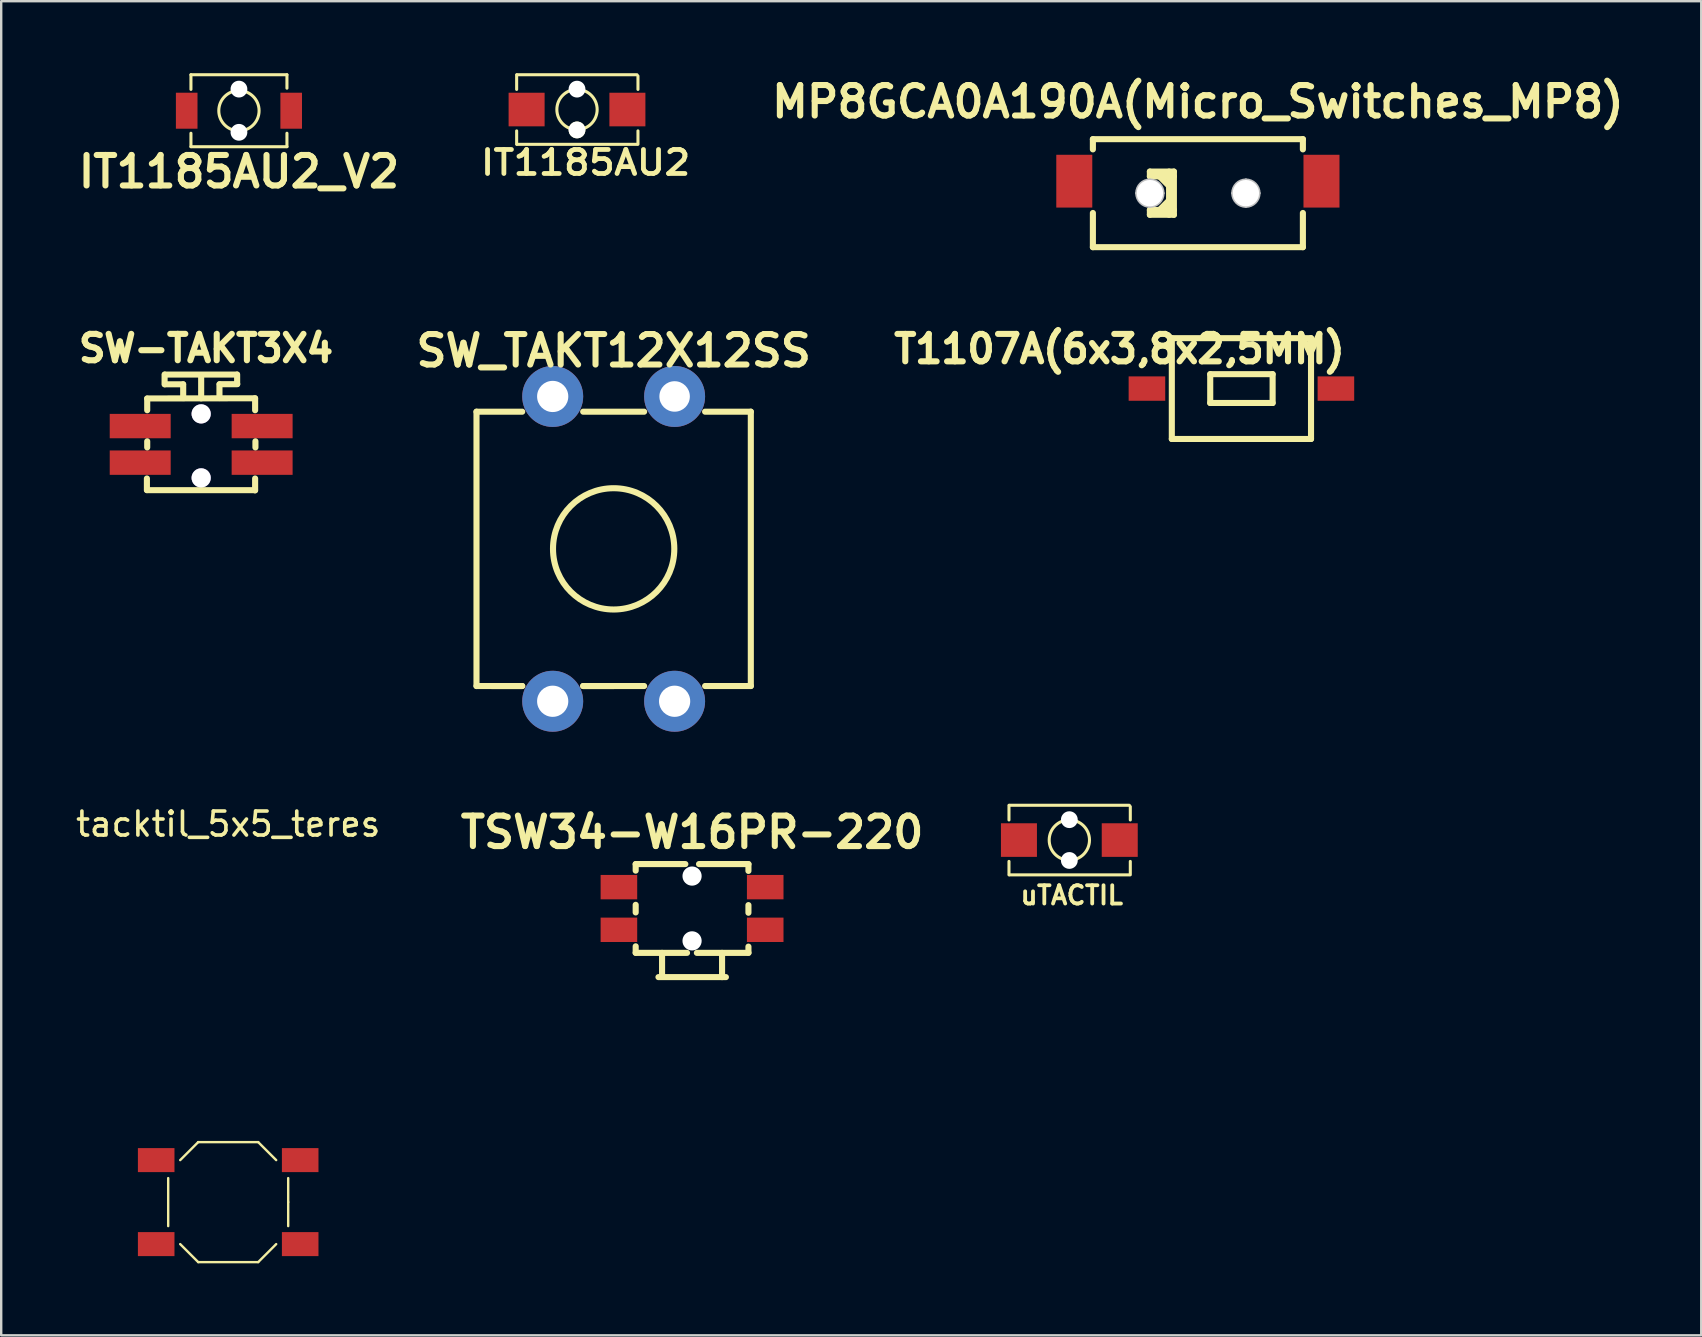
<source format=kicad_pcb>
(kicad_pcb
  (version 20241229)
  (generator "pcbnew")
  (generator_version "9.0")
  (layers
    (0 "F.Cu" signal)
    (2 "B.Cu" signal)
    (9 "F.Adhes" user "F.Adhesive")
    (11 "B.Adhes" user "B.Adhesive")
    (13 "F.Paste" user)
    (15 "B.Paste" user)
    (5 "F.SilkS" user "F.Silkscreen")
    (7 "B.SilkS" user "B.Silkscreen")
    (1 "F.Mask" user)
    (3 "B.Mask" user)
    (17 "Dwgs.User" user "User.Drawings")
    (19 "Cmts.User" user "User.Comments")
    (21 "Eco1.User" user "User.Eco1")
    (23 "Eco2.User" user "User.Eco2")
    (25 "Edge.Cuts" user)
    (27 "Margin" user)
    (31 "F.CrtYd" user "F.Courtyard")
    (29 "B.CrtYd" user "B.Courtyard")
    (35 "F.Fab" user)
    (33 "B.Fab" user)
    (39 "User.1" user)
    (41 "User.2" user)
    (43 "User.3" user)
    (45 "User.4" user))
  (footprint "T1107A(6x3,8x2,5MM)"
    (layer "F.Cu")
    (at 48.676 13.141)
    (property "Reference" "T1107A(6x3,8x2,5MM)" (at -5.08 -1.651 0) (layer "F.SilkS") (effects (font (size 1.143 1.143) (thickness 0.254))))
    (attr smd)
    (fp_line (start -2.9 -2.1) (end -2.9 2.1) (stroke (width 0.254) (type solid)) (layer "F.SilkS"))
    (fp_line (start -2.9 2.1) (end 2.9 2.1) (stroke (width 0.254) (type solid)) (layer "F.SilkS"))
    (fp_line (start -1.3 -0.6) (end 1.3 -0.6) (stroke (width 0.254) (type solid)) (layer "F.SilkS"))
    (fp_line (start -1.3 0.6) (end -1.3 -0.6) (stroke (width 0.254) (type solid)) (layer "F.SilkS"))
    (fp_line (start -1.3 0.6) (end 1.3 0.6) (stroke (width 0.254) (type solid)) (layer "F.SilkS"))
    (fp_line (start 1.3 0.6) (end 1.3 -0.6) (stroke (width 0.254) (type solid)) (layer "F.SilkS"))
    (fp_line (start 2.9 -2.1) (end -2.9 -2.1) (stroke (width 0.254) (type solid)) (layer "F.SilkS"))
    (fp_line (start 2.9 2.1) (end 2.9 -2.1) (stroke (width 0.254) (type solid)) (layer "F.SilkS"))
    (pad "1" smd rect (at -3.937 0 90) (size 1.016 1.524) (layers "F.Cu" "F.Mask" "F.Paste"))
    (pad "2" smd rect (at 3.937 0 90) (size 1.016 1.524) (layers "F.Cu" "F.Mask" "F.Paste")))
  (footprint "uTACTIL"
    (layer "F.Cu")
    (at 41.506 31.953)
    (property "Reference" "uTACTIL" (at 0.1 2.3 180) (layer "F.SilkS") (effects (font (size 0.762 0.762) (thickness 0.159))))
    (attr smd)
    (fp_line (start -2.515 -1.448) (end -2.515 -0.838) (stroke (width 0.127) (type solid)) (layer "F.SilkS"))
    (fp_line (start -2.515 0.889) (end -2.515 1.448) (stroke (width 0.127) (type solid)) (layer "F.SilkS"))
    (fp_line (start -2.5 -1.45) (end 2.5 -1.45) (stroke (width 0.127) (type solid)) (layer "F.SilkS"))
    (fp_line (start -2.5 1.45) (end 2.5 1.45) (stroke (width 0.127) (type solid)) (layer "F.SilkS"))
    (fp_line (start 2.54 -1.397) (end 2.54 -0.838) (stroke (width 0.127) (type solid)) (layer "F.SilkS"))
    (fp_line (start 2.54 0.889) (end 2.54 1.448) (stroke (width 0.127) (type solid)) (layer "F.SilkS"))
    (fp_circle (center 0 0) (end 0.838 0.051) (stroke (width 0.127) (type solid)) (fill no) (layer "F.SilkS"))
    (pad "" np_thru_hole circle (at 0 -0.85) (size 0.7 0.7) (drill 0.7) (layers "*.Cu" "*.Mask"))
    (pad "" np_thru_hole circle (at 0 0.85) (size 0.7 0.7) (drill 0.7) (layers "*.Cu" "*.Mask"))
    (pad "1" smd rect (at -2.1 0) (size 1.5 1.4) (layers "F.Cu" "F.Mask" "F.Paste"))
    (pad "2" smd rect (at 2.1 0) (size 1.5 1.4) (layers "F.Cu" "F.Mask" "F.Paste")))
  (footprint "tacktil_5x5_teres"
    (layer "F.Cu")
    (at 6.458 47.038)
    (property "Reference" "tacktil_5x5_teres" (at 0 -15.75 0) (layer "F.SilkS") (effects (font (size 1 1) (thickness 0.15))))
    (attr through_hole)
    (fp_line (start -2.5 -1) (end -2.5 1) (stroke (width 0.1) (type solid)) (layer "F.SilkS"))
    (fp_line (start -1.25 -2.5) (end -2 -1.75) (stroke (width 0.1) (type solid)) (layer "F.SilkS"))
    (fp_line (start -1.25 2.5) (end -2 1.75) (stroke (width 0.1) (type solid)) (layer "F.SilkS"))
    (fp_line (start -1.25 2.5) (end 1.25 2.5) (stroke (width 0.1) (type solid)) (layer "F.SilkS"))
    (fp_line (start 1.25 -2.5) (end -1.25 -2.5) (stroke (width 0.1) (type solid)) (layer "F.SilkS"))
    (fp_line (start 1.25 -2.5) (end 2 -1.75) (stroke (width 0.1) (type solid)) (layer "F.SilkS"))
    (fp_line (start 1.25 2.5) (end 2 1.75) (stroke (width 0.1) (type solid)) (layer "F.SilkS"))
    (fp_line (start 2.5 0) (end 2.5 -1) (stroke (width 0.1) (type solid)) (layer "F.SilkS"))
    (fp_line (start 2.5 0) (end 2.5 1) (stroke (width 0.1) (type solid)) (layer "F.SilkS"))
    (pad "1" smd rect (at -3 -1.75) (size 1.524 1) (layers "F.Cu" "F.Mask" "F.Paste"))
    (pad "1" smd rect (at 3 -1.75) (size 1.524 1) (layers "F.Cu" "F.Mask" "F.Paste"))
    (pad "2" smd rect (at -3 1.75) (size 1.524 1) (layers "F.Cu" "F.Mask" "F.Paste"))
    (pad "2" smd rect (at 3 1.75) (size 1.524 1) (layers "F.Cu" "F.Mask" "F.Paste")))
  (footprint "TSW34-W16PR-220"
    (layer "F.Cu")
    (at 25.786 34.803)
    (property "Reference" "TSW34-W16PR-220" (at 0 -3.175 0) (layer "F.SilkS") (effects (font (size 1.27 1.27) (thickness 0.254))))
    (attr smd)
    (fp_line (start -2.35 -1.85) (end -0.28 -1.85) (stroke (width 0.254) (type solid)) (layer "F.SilkS"))
    (fp_line (start -2.35 1.85) (end -0.21 1.85) (stroke (width 0.254) (type solid)) (layer "F.SilkS"))
    (fp_line (start -2.349 -1.844) (end -2.349 -1.577) (stroke (width 0.254) (type solid)) (layer "F.SilkS"))
    (fp_line (start -2.349 -0.152) (end -2.349 0.165) (stroke (width 0.254) (type solid)) (layer "F.SilkS"))
    (fp_line (start -2.349 1.844) (end -2.349 1.577) (stroke (width 0.254) (type solid)) (layer "F.SilkS"))
    (fp_line (start -1.4 2.86) (end 1.41 2.86) (stroke (width 0.254) (type solid)) (layer "F.SilkS"))
    (fp_line (start -1.25 1.85) (end -1.25 2.84) (stroke (width 0.254) (type solid)) (layer "F.SilkS"))
    (fp_line (start 1.25 1.85) (end 1.25 2.86) (stroke (width 0.254) (type solid)) (layer "F.SilkS"))
    (fp_line (start 2.349 -1.844) (end 2.349 -1.565) (stroke (width 0.254) (type solid)) (layer "F.SilkS"))
    (fp_line (start 2.349 -0.14) (end 2.349 0.178) (stroke (width 0.254) (type solid)) (layer "F.SilkS"))
    (fp_line (start 2.349 1.844) (end 2.349 1.59) (stroke (width 0.254) (type solid)) (layer "F.SilkS"))
    (fp_line (start 2.35 -1.85) (end 0.29 -1.85) (stroke (width 0.254) (type solid)) (layer "F.SilkS"))
    (fp_line (start 2.35 1.85) (end 0.2 1.85) (stroke (width 0.254) (type solid)) (layer "F.SilkS"))
    (pad "" np_thru_hole circle (at 0 -1.35) (size 0.8 0.8) (drill 0.8) (layers "*.Cu" "*.Mask"))
    (pad "" np_thru_hole circle (at 0 1.35) (size 0.8 0.8) (drill 0.8) (layers "*.Cu" "*.Mask"))
    (pad "1" smd rect (at -3.048 0.889) (size 1.524 1.016) (layers "F.Cu" "F.Mask" "F.Paste"))
    (pad "1" smd rect (at 3.048 0.889) (size 1.524 1.016) (layers "F.Cu" "F.Mask" "F.Paste"))
    (pad "2" smd rect (at -3.048 -0.889) (size 1.524 1.016) (layers "F.Cu" "F.Mask" "F.Paste"))
    (pad "2" smd rect (at 3.048 -0.889) (size 1.524 1.016) (layers "F.Cu" "F.Mask" "F.Paste")))
  (footprint "IT1185AU2"
    (layer "F.Cu")
    (at 20.992 1.514)
    (property "Reference" "IT1185AU2" (at 0.358 2.212 0) (layer "F.SilkS") (effects (font (size 1 1.1) (thickness 0.2))))
    (attr smd)
    (fp_line (start -2.515 -1.448) (end -2.515 -0.838) (stroke (width 0.127) (type solid)) (layer "F.SilkS"))
    (fp_line (start -2.515 0.889) (end -2.515 1.448) (stroke (width 0.127) (type solid)) (layer "F.SilkS"))
    (fp_line (start -2.5 -1.45) (end 2.5 -1.45) (stroke (width 0.127) (type solid)) (layer "F.SilkS"))
    (fp_line (start -2.5 1.45) (end 2.5 1.45) (stroke (width 0.127) (type solid)) (layer "F.SilkS"))
    (fp_line (start 2.54 -1.397) (end 2.54 -0.838) (stroke (width 0.127) (type solid)) (layer "F.SilkS"))
    (fp_line (start 2.54 0.889) (end 2.54 1.448) (stroke (width 0.127) (type solid)) (layer "F.SilkS"))
    (fp_circle (center 0 0) (end 0.838 0.051) (stroke (width 0.127) (type solid)) (fill no) (layer "F.SilkS"))
    (pad "" np_thru_hole circle (at 0 -0.85) (size 0.7 0.7) (drill 0.7) (layers "*.Cu" "*.Mask"))
    (pad "" np_thru_hole circle (at 0 0.85) (size 0.7 0.7) (drill 0.7) (layers "*.Cu" "*.Mask" "F.SilkS"))
    (pad "1" smd rect (at -2.1 0) (size 1.5 1.4) (layers "F.Cu" "F.Mask" "F.Paste"))
    (pad "2" smd rect (at 2.1 0) (size 1.5 1.4) (layers "F.Cu" "F.Mask" "F.Paste")))
  (footprint "MP8GCA0A190A(Micro_Switches_MP8)"
    (layer "F.Cu")
    (at 46.862 4.999)
    (property "Reference" "MP8GCA0A190A(Micro_Switches_MP8)" (at 0 -3.81 0) (layer "F.SilkS") (effects (font (size 1.27 1.27) (thickness 0.254))))
    (attr smd)
    (fp_line (start -4.375 -2.25) (end 4.375 -2.25) (stroke (width 0.254) (type solid)) (layer "F.SilkS"))
    (fp_line (start -4.375 -1.825) (end -4.375 -2.25) (stroke (width 0.254) (type solid)) (layer "F.SilkS"))
    (fp_line (start -4.375 2.25) (end -4.375 0.825) (stroke (width 0.254) (type solid)) (layer "F.SilkS"))
    (fp_line (start -2 -0.9) (end -1 -0.9) (stroke (width 0.254) (type solid)) (layer "F.SilkS"))
    (fp_line (start -2 -0.7) (end -2 -0.9) (stroke (width 0.254) (type solid)) (layer "F.SilkS"))
    (fp_line (start -2 -0.7) (end -1 -0.7) (stroke (width 0.254) (type solid)) (layer "F.SilkS"))
    (fp_line (start -2 0.9) (end -2 0.7) (stroke (width 0.254) (type solid)) (layer "F.SilkS"))
    (fp_line (start -1.2 -0.9) (end -1.2 0.9) (stroke (width 0.254) (type solid)) (layer "F.SilkS"))
    (fp_line (start -1.2 -0.3) (end -1.6 -0.7) (stroke (width 0.254) (type solid)) (layer "F.SilkS"))
    (fp_line (start -1.2 0.3) (end -1.6 0.7) (stroke (width 0.254) (type solid)) (layer "F.SilkS"))
    (fp_line (start -1 -0.9) (end -1 0.9) (stroke (width 0.254) (type solid)) (layer "F.SilkS"))
    (fp_line (start -1 0.7) (end -2 0.7) (stroke (width 0.254) (type solid)) (layer "F.SilkS"))
    (fp_line (start -1 0.9) (end -2 0.9) (stroke (width 0.254) (type solid)) (layer "F.SilkS"))
    (fp_line (start 4.375 -2.25) (end 4.375 -1.825) (stroke (width 0.254) (type solid)) (layer "F.SilkS"))
    (fp_line (start 4.375 0.825) (end 4.375 2.25) (stroke (width 0.254) (type solid)) (layer "F.SilkS"))
    (fp_line (start 4.375 2.25) (end -4.375 2.25) (stroke (width 0.254) (type solid)) (layer "F.SilkS"))
    (fp_line (start -2.55 0) (end -1.45 0) (stroke (width 0.127) (type solid)) (layer "Dwgs.User"))
    (fp_line (start -2 0.55) (end -2 -0.55) (stroke (width 0.127) (type solid)) (layer "Dwgs.User"))
    (fp_line (start 1.45 0) (end 2.55 0) (stroke (width 0.127) (type solid)) (layer "Dwgs.User"))
    (fp_line (start 2 0.55) (end 2 -0.55) (stroke (width 0.127) (type solid)) (layer "Dwgs.User"))
    (fp_circle (center -2 0) (end -1.45 0) (stroke (width 0.127) (type solid)) (fill no) (layer "Dwgs.User"))
    (fp_circle (center 2 0) (end 2.55 0) (stroke (width 0.127) (type solid)) (fill no) (layer "Dwgs.User"))
    (pad "" np_thru_hole circle (at -2 0 90) (size 1.1 1.1) (drill 1.1) (layers "*.Cu" "*.Mask"))
    (pad "" np_thru_hole circle (at 2 0 90) (size 1.1 1.1) (drill 1.1) (layers "*.Cu" "*.Mask"))
    (pad "1" smd rect (at -5.15 -0.5 90) (size 2.2 1.5) (layers "F.Cu" "F.Mask" "F.Paste"))
    (pad "2" smd rect (at 5.15 -0.5 90) (size 2.2 1.5) (layers "F.Cu" "F.Mask" "F.Paste")))
  (footprint "IT1185AU2_V2"
    (layer "F.Cu")
    (at 6.906 1.563)
    (property "Reference" "IT1185AU2_V2" (at 0 2.54 180) (layer "F.SilkS") (effects (font (size 1.27 1.27) (thickness 0.254))))
    (attr smd)
    (fp_line (start -2 -1.5) (end 2 -1.5) (stroke (width 0.127) (type solid)) (layer "F.SilkS"))
    (fp_line (start -2 -1.498) (end -2 -0.888) (stroke (width 0.127) (type solid)) (layer "F.SilkS"))
    (fp_line (start -2 0.939) (end -2 1.498) (stroke (width 0.127) (type solid)) (layer "F.SilkS"))
    (fp_line (start -2 1.5) (end 2 1.5) (stroke (width 0.127) (type solid)) (layer "F.SilkS"))
    (fp_line (start 2 -1.497) (end 2 -0.938) (stroke (width 0.127) (type solid)) (layer "F.SilkS"))
    (fp_line (start 2 0.939) (end 2 1.498) (stroke (width 0.127) (type solid)) (layer "F.SilkS"))
    (fp_circle (center 0 0) (end 0.838 0.051) (stroke (width 0.127) (type solid)) (fill no) (layer "F.SilkS"))
    (pad "" smd rect (at -2.39 0) (size 1.327 1.754) (layers "F.Paste"))
    (pad "" np_thru_hole circle (at 0 -0.9) (size 0.7 0.7) (drill 0.7) (layers "*.Cu" "*.Mask"))
    (pad "" np_thru_hole circle (at 0 0.9) (size 0.7 0.7) (drill 0.7) (layers "*.Cu" "*.Mask"))
    (pad "" smd rect (at 2.39 0) (size 1.327 1.754) (layers "F.Paste"))
    (pad "1" smd rect (at -2.177 0) (size 0.9 1.5) (layers "F.Cu" "F.Mask"))
    (pad "2" smd rect (at 2.177 0) (size 0.9 1.5) (layers "F.Cu" "F.Mask")))
  (footprint "SW-TAKT3X4"
    (layer "F.Cu")
    (at 5.332 15.465)
    (property "Reference" "SW-TAKT3X4" (at 0.203 -4 0) (layer "F.SilkS") (effects (font (size 1.1 1.1) (thickness 0.254))))
    (attr smd)
    (fp_line (start -2.261 1.905) (end -2.261 1.422) (stroke (width 0.254) (type solid)) (layer "F.SilkS"))
    (fp_line (start -2.25 -1.913) (end 2.245 -1.92) (stroke (width 0.254) (type solid)) (layer "F.SilkS"))
    (fp_line (start -2.248 -1.905) (end -2.248 -1.422) (stroke (width 0.254) (type solid)) (layer "F.SilkS"))
    (fp_line (start -2.248 0.127) (end -2.248 -0.127) (stroke (width 0.254) (type solid)) (layer "F.SilkS"))
    (fp_line (start -1.524 -2.908) (end -1.524 -2.502) (stroke (width 0.254) (type solid)) (layer "F.SilkS"))
    (fp_line (start -1.509 -2.908) (end 1.491 -2.908) (stroke (width 0.254) (type solid)) (layer "F.SilkS"))
    (fp_line (start -0.754 -2.502) (end -1.509 -2.502) (stroke (width 0.254) (type solid)) (layer "F.SilkS"))
    (fp_line (start -0.749 -2.502) (end -0.749 -1.93) (stroke (width 0.254) (type solid)) (layer "F.SilkS"))
    (fp_line (start 0 -1.918) (end 0 -2.883) (stroke (width 0.254) (type solid)) (layer "F.SilkS"))
    (fp_line (start 0.762 -1.93) (end 0.762 -2.502) (stroke (width 0.254) (type solid)) (layer "F.SilkS"))
    (fp_line (start 1.499 -2.908) (end 1.499 -2.515) (stroke (width 0.254) (type solid)) (layer "F.SilkS"))
    (fp_line (start 1.504 -2.507) (end 0.772 -2.507) (stroke (width 0.254) (type solid)) (layer "F.SilkS"))
    (fp_line (start 2.245 1.908) (end -2.258 1.908) (stroke (width 0.254) (type solid)) (layer "F.SilkS"))
    (fp_line (start 2.248 -1.918) (end 2.248 -1.422) (stroke (width 0.254) (type solid)) (layer "F.SilkS"))
    (fp_line (start 2.248 1.918) (end 2.248 1.422) (stroke (width 0.254) (type solid)) (layer "F.SilkS"))
    (fp_line (start 2.261 0.127) (end 2.261 -0.127) (stroke (width 0.254) (type solid)) (layer "F.SilkS"))
    (pad "1" smd rect (at -2.54 -0.762) (size 2.54 1.016) (layers "F.Cu" "F.Mask" "F.Paste"))
    (pad "2" smd rect (at -2.54 0.762) (size 2.54 1.016) (layers "F.Cu" "F.Mask" "F.Paste"))
    (pad "3" smd rect (at 2.54 -0.762) (size 2.54 1.016) (layers "F.Cu" "F.Mask" "F.Paste"))
    (pad "4" smd rect (at 2.54 0.762) (size 2.54 1.016) (layers "F.Cu" "F.Mask" "F.Paste"))
    (pad "5" thru_hole circle (at 0 -1.27) (size 0.8 0.8) (drill 0.8) (layers "*.Cu" "*.Mask"))
    (pad "6" thru_hole circle (at 0 1.397) (size 0.8 0.8) (drill 0.8) (layers "*.Cu" "*.Mask")))
  (footprint "SW_TAKT12X12SS"
    (layer "F.Cu")
    (at 22.519 19.819)
    (property "Reference" "SW_TAKT12X12SS" (at 0 -8.255 0) (layer "F.SilkS") (effects (font (size 1.27 1.27) (thickness 0.254))))
    (attr exclude_from_pos_files exclude_from_bom)
    (fp_line (start -5.715 -5.715) (end -3.81 -5.715) (stroke (width 0.254) (type solid)) (layer "F.SilkS"))
    (fp_line (start -5.715 5.715) (end -5.715 -5.715) (stroke (width 0.254) (type solid)) (layer "F.SilkS"))
    (fp_line (start -5.715 5.715) (end -3.81 5.715) (stroke (width 0.254) (type solid)) (layer "F.SilkS"))
    (fp_line (start -3.81 5.715) (end -5.08 5.715) (stroke (width 0.254) (type solid)) (layer "F.SilkS"))
    (fp_line (start -1.27 -5.715) (end 1.27 -5.715) (stroke (width 0.254) (type solid)) (layer "F.SilkS"))
    (fp_line (start -1.27 5.715) (end 1.27 5.715) (stroke (width 0.254) (type solid)) (layer "F.SilkS"))
    (fp_line (start 0 5.715) (end -1.27 5.715) (stroke (width 0.254) (type solid)) (layer "F.SilkS"))
    (fp_line (start 3.81 -5.715) (end 5.715 -5.715) (stroke (width 0.254) (type solid)) (layer "F.SilkS"))
    (fp_line (start 3.81 5.715) (end 5.715 5.715) (stroke (width 0.254) (type solid)) (layer "F.SilkS"))
    (fp_line (start 5.715 -5.715) (end 5.715 5.715) (stroke (width 0.254) (type solid)) (layer "F.SilkS"))
    (fp_circle (center 0 0) (end 2.49 0.43) (stroke (width 0.254) (type solid)) (fill no) (layer "F.SilkS"))
    (pad "1" thru_hole circle (at -2.54 6.35) (size 2.54 2.54) (drill 1.3) (layers "*.Cu" "*.Mask"))
    (pad "2" thru_hole circle (at 2.54 6.35) (size 2.54 2.54) (drill 1.3) (layers "*.Cu" "*.Mask"))
    (pad "3" thru_hole circle (at 2.54 -6.35) (size 2.54 2.54) (drill 1.27) (layers "*.Cu" "*.Mask"))
    (pad "4" thru_hole circle (at -2.54 -6.35) (size 2.54 2.54) (drill 1.3) (layers "*.Cu" "*.Mask")))
  (gr_rect
    (start -3 -3)
    (end 67.835 52.588)
    (stroke (width 0.1) (type default))
    (fill no)
    (layer "Edge.Cuts")))
</source>
